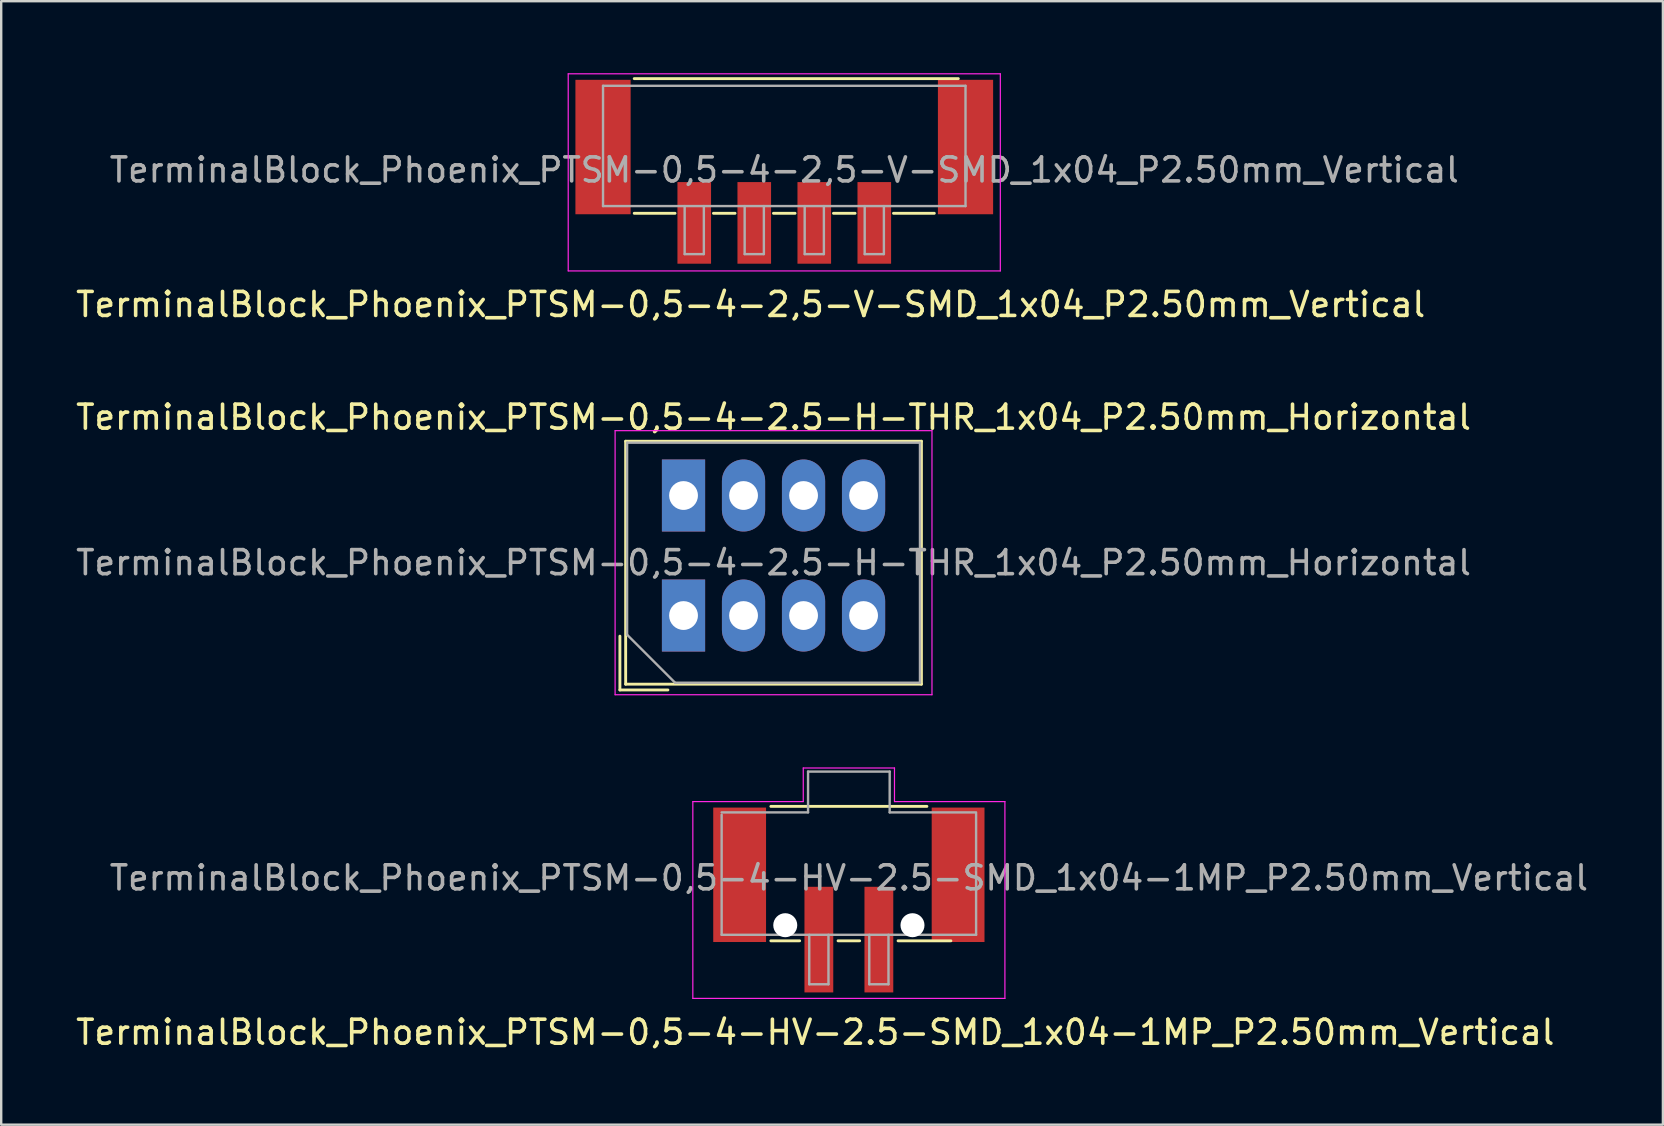
<source format=kicad_pcb>
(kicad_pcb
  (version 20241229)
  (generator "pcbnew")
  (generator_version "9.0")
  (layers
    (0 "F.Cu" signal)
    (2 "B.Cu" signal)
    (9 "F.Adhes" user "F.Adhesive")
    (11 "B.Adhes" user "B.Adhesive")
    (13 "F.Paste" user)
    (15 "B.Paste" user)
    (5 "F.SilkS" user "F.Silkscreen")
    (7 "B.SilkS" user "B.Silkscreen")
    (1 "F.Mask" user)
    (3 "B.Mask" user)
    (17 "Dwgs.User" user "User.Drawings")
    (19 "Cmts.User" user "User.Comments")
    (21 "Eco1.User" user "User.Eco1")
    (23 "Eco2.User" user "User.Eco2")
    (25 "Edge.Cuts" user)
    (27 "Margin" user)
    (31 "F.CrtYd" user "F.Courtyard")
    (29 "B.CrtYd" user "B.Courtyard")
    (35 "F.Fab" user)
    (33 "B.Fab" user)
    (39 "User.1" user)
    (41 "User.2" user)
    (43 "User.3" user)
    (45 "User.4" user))
  (footprint "TerminalBlock_Phoenix_PTSM-0,5-4-2.5-H-THR_1x04_P2.50mm_Horizontal"
    (layer "F.Cu")
    (at 25.423 22.591)
    (property "Reference" "TerminalBlock_Phoenix_PTSM-0,5-4-2.5-H-THR_1x04_P2.50mm_Horizontal" (at 3.75 -8.26 0) (layer "F.SilkS") (effects (font (size 1 1) (thickness 0.15))))
    (attr through_hole)
    (fp_line (start -2.65 0.86) (end -2.65 3.1) (stroke (width 0.12) (type solid)) (layer "F.SilkS"))
    (fp_line (start -2.65 3.1) (end -0.65 3.1) (stroke (width 0.12) (type solid)) (layer "F.SilkS"))
    (fp_line (start -2.41 -7.26) (end -2.41 2.86) (stroke (width 0.12) (type solid)) (layer "F.SilkS"))
    (fp_line (start -2.41 -7.26) (end 9.91 -7.26) (stroke (width 0.12) (type solid)) (layer "F.SilkS"))
    (fp_line (start -2.41 2.86) (end 9.91 2.86) (stroke (width 0.12) (type solid)) (layer "F.SilkS"))
    (fp_line (start 9.91 -7.26) (end 9.91 2.86) (stroke (width 0.12) (type solid)) (layer "F.SilkS"))
    (fp_line (start -2.85 -7.7) (end -2.85 3.3) (stroke (width 0.05) (type solid)) (layer "F.CrtYd"))
    (fp_line (start -2.85 3.3) (end 10.35 3.3) (stroke (width 0.05) (type solid)) (layer "F.CrtYd"))
    (fp_line (start 10.35 -7.7) (end -2.85 -7.7) (stroke (width 0.05) (type solid)) (layer "F.CrtYd"))
    (fp_line (start 10.35 3.3) (end 10.35 -7.7) (stroke (width 0.05) (type solid)) (layer "F.CrtYd"))
    (fp_line (start -2.35 -7.2) (end 9.85 -7.2) (stroke (width 0.1) (type solid)) (layer "F.Fab"))
    (fp_line (start -2.35 0.8) (end -2.35 -7.2) (stroke (width 0.1) (type solid)) (layer "F.Fab"))
    (fp_line (start -0.35 2.8) (end -2.35 0.8) (stroke (width 0.1) (type solid)) (layer "F.Fab"))
    (fp_line (start 9.85 -7.2) (end 9.85 2.8) (stroke (width 0.1) (type solid)) (layer "F.Fab"))
    (fp_line (start 9.85 2.8) (end -0.35 2.8) (stroke (width 0.1) (type solid)) (layer "F.Fab"))
    (fp_text user "${REFERENCE}" (at 3.75 -2.2 0) (layer "F.Fab") (effects (font (size 1 1) (thickness 0.15))))
    (pad "1" thru_hole rect (at 0 -5) (size 1.8 3) (drill 1.2) (layers "*.Cu" "*.Mask"))
    (pad "1" thru_hole rect (at 0 0) (size 1.8 3) (drill 1.2) (layers "*.Cu" "*.Mask"))
    (pad "2" thru_hole oval (at 2.5 -5) (size 1.8 3) (drill 1.2) (layers "*.Cu" "*.Mask"))
    (pad "2" thru_hole oval (at 2.5 0) (size 1.8 3) (drill 1.2) (layers "*.Cu" "*.Mask"))
    (pad "3" thru_hole oval (at 5 -5) (size 1.8 3) (drill 1.2) (layers "*.Cu" "*.Mask"))
    (pad "3" thru_hole oval (at 5 0) (size 1.8 3) (drill 1.2) (layers "*.Cu" "*.Mask"))
    (pad "4" thru_hole oval (at 7.5 -5) (size 1.8 3) (drill 1.2) (layers "*.Cu" "*.Mask"))
    (pad "4" thru_hole oval (at 7.5 0) (size 1.8 3) (drill 1.2) (layers "*.Cu" "*.Mask")))
  (footprint "TerminalBlock_Phoenix_PTSM-0,5-4-2,5-V-SMD_1x04_P2.50mm_Vertical"
    (layer "F.Cu")
    (at 29.62 4.105)
    (property "Reference" "TerminalBlock_Phoenix_PTSM-0,5-4-2,5-V-SMD_1x04_P2.50mm_Vertical" (at -1.4 5.53 0) (layer "F.SilkS") (effects (font (size 1 1) (thickness 0.15))))
    (attr smd)
    (fp_line (start -6.25 -3.88) (end 7.25 -3.88) (stroke (width 0.12) (type solid)) (layer "F.SilkS"))
    (fp_line (start -4.55 1.73) (end -6.25 1.73) (stroke (width 0.12) (type solid)) (layer "F.SilkS"))
    (fp_line (start -2.05 1.73) (end -2.95 1.73) (stroke (width 0.12) (type solid)) (layer "F.SilkS"))
    (fp_line (start 0.45 1.73) (end -0.45 1.73) (stroke (width 0.12) (type solid)) (layer "F.SilkS"))
    (fp_line (start 2.95 1.73) (end 2.05 1.73) (stroke (width 0.12) (type solid)) (layer "F.SilkS"))
    (fp_line (start 6.25 1.73) (end 4.55 1.73) (stroke (width 0.12) (type solid)) (layer "F.SilkS"))
    (fp_line (start -9 -4.08) (end 9 -4.08) (stroke (width 0.05) (type solid)) (layer "F.CrtYd"))
    (fp_line (start -9 4.13) (end -9 -4.08) (stroke (width 0.05) (type solid)) (layer "F.CrtYd"))
    (fp_line (start 9 -4.08) (end 9 4.13) (stroke (width 0.05) (type solid)) (layer "F.CrtYd"))
    (fp_line (start 9 4.13) (end -9 4.13) (stroke (width 0.05) (type solid)) (layer "F.CrtYd"))
    (fp_line (start -7.55 -3.58) (end 7.55 -3.58) (stroke (width 0.1) (type solid)) (layer "F.Fab"))
    (fp_line (start -7.55 1.43) (end -7.55 -3.58) (stroke (width 0.1) (type solid)) (layer "F.Fab"))
    (fp_line (start -4.15 1.43) (end -4.15 3.43) (stroke (width 0.1) (type solid)) (layer "F.Fab"))
    (fp_line (start -4.15 3.43) (end -3.35 3.43) (stroke (width 0.1) (type solid)) (layer "F.Fab"))
    (fp_line (start -3.35 1.43) (end -3.35 3.43) (stroke (width 0.1) (type solid)) (layer "F.Fab"))
    (fp_line (start -1.65 1.43) (end -1.65 3.43) (stroke (width 0.1) (type solid)) (layer "F.Fab"))
    (fp_line (start -1.65 3.43) (end -0.85 3.43) (stroke (width 0.1) (type solid)) (layer "F.Fab"))
    (fp_line (start -0.85 1.43) (end -0.85 3.43) (stroke (width 0.1) (type solid)) (layer "F.Fab"))
    (fp_line (start 0.85 1.43) (end 0.85 3.43) (stroke (width 0.1) (type solid)) (layer "F.Fab"))
    (fp_line (start 0.85 3.43) (end 1.65 3.43) (stroke (width 0.1) (type solid)) (layer "F.Fab"))
    (fp_line (start 1.65 1.43) (end 1.65 3.43) (stroke (width 0.1) (type solid)) (layer "F.Fab"))
    (fp_line (start 3.35 1.43) (end 3.35 3.43) (stroke (width 0.1) (type solid)) (layer "F.Fab"))
    (fp_line (start 3.35 3.43) (end 4.15 3.43) (stroke (width 0.1) (type solid)) (layer "F.Fab"))
    (fp_line (start 4.15 1.43) (end 4.15 3.43) (stroke (width 0.1) (type solid)) (layer "F.Fab"))
    (fp_line (start 7.55 1.43) (end -7.55 1.43) (stroke (width 0.1) (type solid)) (layer "F.Fab"))
    (fp_line (start 7.55 1.43) (end 7.55 -3.58) (stroke (width 0.1) (type solid)) (layer "F.Fab"))
    (fp_text user "${REFERENCE}" (at 0 -0.075 0) (layer "F.Fab") (effects (font (size 1 1) (thickness 0.15))))
    (pad "1" smd rect (at -3.75 2.13 180) (size 1.4 3.4) (layers "F.Cu" "F.Mask" "F.Paste"))
    (pad "2" smd rect (at -1.25 2.13 180) (size 1.4 3.4) (layers "F.Cu" "F.Mask" "F.Paste"))
    (pad "3" smd rect (at 1.25 2.13 180) (size 1.4 3.4) (layers "F.Cu" "F.Mask" "F.Paste"))
    (pad "4" smd rect (at 3.75 2.13 180) (size 1.4 3.4) (layers "F.Cu" "F.Mask" "F.Paste"))
    (pad "MP" smd rect (at -7.55 -1.03 180) (size 2.3 5.6) (layers "F.Cu" "F.Mask" "F.Paste"))
    (pad "MP" smd rect (at 7.55 -1.03 180) (size 2.3 5.6) (layers "F.Cu" "F.Mask" "F.Paste")))
  (footprint "TerminalBlock_Phoenix_PTSM-0,5-4-HV-2.5-SMD_1x04-1MP_P2.50mm_Vertical"
    (layer "F.Cu")
    (at 32.311 34.441)
    (property "Reference" "TerminalBlock_Phoenix_PTSM-0,5-4-HV-2.5-SMD_1x04-1MP_P2.50mm_Vertical" (at -1.4 5.51 0) (layer "F.SilkS") (effects (font (size 1 1) (thickness 0.15))))
    (attr smd)
    (fp_line (start -3.25 -3.9) (end 3.25 -3.9) (stroke (width 0.12) (type solid)) (layer "F.SilkS"))
    (fp_line (start -2.05 1.7) (end -3.25 1.7) (stroke (width 0.12) (type solid)) (layer "F.SilkS"))
    (fp_line (start 0.45 1.7) (end -0.45 1.7) (stroke (width 0.12) (type solid)) (layer "F.SilkS"))
    (fp_line (start 4.25 1.7) (end 2.05 1.7) (stroke (width 0.12) (type solid)) (layer "F.SilkS"))
    (fp_line (start -6.5 -4.1) (end -1.9 -4.1) (stroke (width 0.05) (type solid)) (layer "F.CrtYd"))
    (fp_line (start -6.5 4.1) (end -6.5 -4.1) (stroke (width 0.05) (type solid)) (layer "F.CrtYd"))
    (fp_line (start -1.9 -5.5) (end 1.9 -5.5) (stroke (width 0.05) (type solid)) (layer "F.CrtYd"))
    (fp_line (start -1.9 -4.1) (end -1.9 -5.5) (stroke (width 0.05) (type solid)) (layer "F.CrtYd"))
    (fp_line (start 1.9 -4.1) (end 1.9 -5.5) (stroke (width 0.05) (type solid)) (layer "F.CrtYd"))
    (fp_line (start 6.5 -4.1) (end 1.9 -4.1) (stroke (width 0.05) (type solid)) (layer "F.CrtYd"))
    (fp_line (start 6.5 -4.1) (end 6.5 4.1) (stroke (width 0.05) (type solid)) (layer "F.CrtYd"))
    (fp_line (start 6.5 4.1) (end -6.5 4.1) (stroke (width 0.05) (type solid)) (layer "F.CrtYd"))
    (fp_line (start -5.3 -3.65) (end -1.7 -3.65) (stroke (width 0.1) (type solid)) (layer "F.Fab"))
    (fp_line (start -5.3 1.45) (end -5.3 -3.55) (stroke (width 0.1) (type solid)) (layer "F.Fab"))
    (fp_line (start -1.7 -5.35) (end 1.7 -5.35) (stroke (width 0.1) (type solid)) (layer "F.Fab"))
    (fp_line (start -1.7 -3.65) (end -1.7 -5.35) (stroke (width 0.1) (type solid)) (layer "F.Fab"))
    (fp_line (start -1.65 1.45) (end -1.65 3.51) (stroke (width 0.1) (type solid)) (layer "F.Fab"))
    (fp_line (start -1.65 3.51) (end -0.85 3.51) (stroke (width 0.1) (type solid)) (layer "F.Fab"))
    (fp_line (start -0.85 1.45) (end -0.85 3.51) (stroke (width 0.1) (type solid)) (layer "F.Fab"))
    (fp_line (start 0.85 1.45) (end 0.85 3.51) (stroke (width 0.1) (type solid)) (layer "F.Fab"))
    (fp_line (start 0.85 3.51) (end 1.65 3.51) (stroke (width 0.1) (type solid)) (layer "F.Fab"))
    (fp_line (start 1.65 1.45) (end 1.65 3.51) (stroke (width 0.1) (type solid)) (layer "F.Fab"))
    (fp_line (start 1.7 -5.35) (end 1.7 -3.65) (stroke (width 0.1) (type solid)) (layer "F.Fab"))
    (fp_line (start 1.7 -3.65) (end 5.3 -3.65) (stroke (width 0.1) (type solid)) (layer "F.Fab"))
    (fp_line (start 5.3 1.45) (end -5.3 1.45) (stroke (width 0.1) (type solid)) (layer "F.Fab"))
    (fp_line (start 5.3 1.45) (end 5.3 -3.6) (stroke (width 0.1) (type solid)) (layer "F.Fab"))
    (fp_text user "${REFERENCE}" (at 0 -0.92 0) (layer "F.Fab") (effects (font (size 1 1) (thickness 0.15))))
    (pad "" np_thru_hole circle (at -2.65 1.05) (size 1 1) (drill 1) (layers "*.Cu" "*.Mask"))
    (pad "" np_thru_hole circle (at 2.65 1.05) (size 1 1) (drill 1) (layers "*.Cu" "*.Mask"))
    (pad "1" smd rect (at -1.25 1.65 180) (size 1.2 4.4) (layers "F.Cu" "F.Mask" "F.Paste"))
    (pad "2" smd rect (at 1.25 1.65 180) (size 1.2 4.4) (layers "F.Cu" "F.Mask" "F.Paste"))
    (pad "MP" smd rect (at -4.55 -1.05 180) (size 2.2 5.6) (layers "F.Cu" "F.Mask" "F.Paste"))
    (pad "MP" smd rect (at 4.55 -1.05 180) (size 2.2 5.6) (layers "F.Cu" "F.Mask" "F.Paste")))
  (gr_rect
    (start -3 -3)
    (end 66.221 43.8)
    (stroke (width 0.1) (type default))
    (fill no)
    (layer "Edge.Cuts")))
</source>
